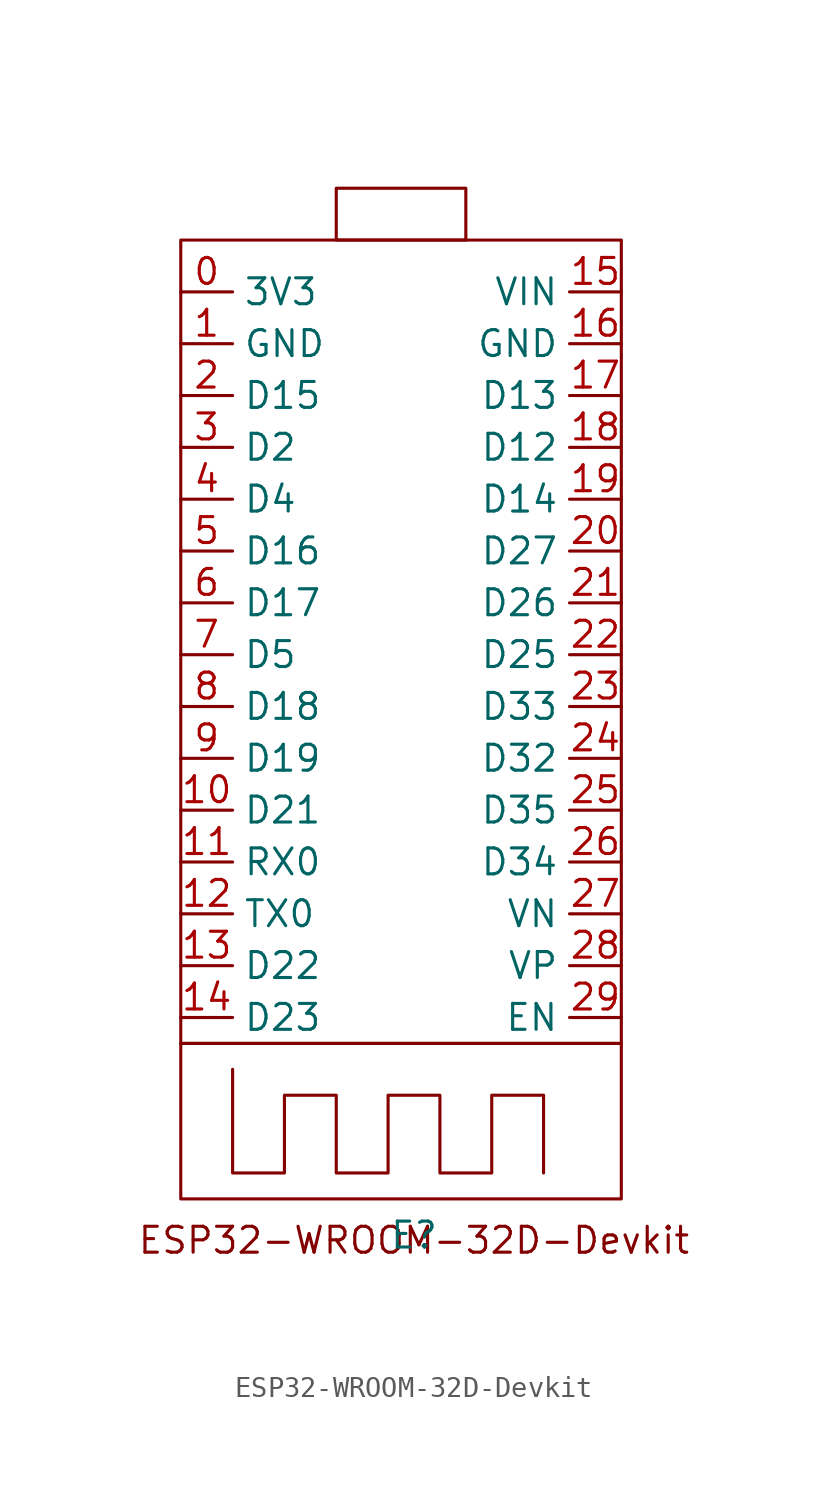
<source format=kicad_sym>
(kicad_symbol_lib
  (version 20241209)
  (generator "kicad_symbol_editor")
  (generator_version "9.0")
  (symbol "ESP32-WROOM-32D-Devkit"
    (property "Reference" "E"
      (at 11.43 -0.508 0)
      (effects (font (size 1.27 1.27))))
    (property "Value" ""
      (at 0 0 0)
      (effects (font (size 1.27 1.27))))
    (symbol "ESP32-WROOM-32D-Devkit_0_1"
      (rectangle (start 0 48.26) (end 21.59 8.89) (stroke (width 0) (type default)) (fill (type none)))
      (rectangle (start 0 8.89) (end 21.59 1.27) (stroke (width 0) (type default)) (fill (type none)))
      (polyline (pts (xy 2.54 7.62) (xy 2.54 2.54) (xy 5.08 2.54) (xy 5.08 6.35) (xy 7.62 6.35) (xy 7.62 2.54) (xy 10.16 2.54) (xy 10.16 6.35) (xy 12.7 6.35) (xy 12.7 2.54) (xy 15.24 2.54) (xy 15.24 6.35) (xy 17.78 6.35) (xy 17.78 2.54)) (stroke (width 0) (type default)) (fill (type none)))
      (rectangle (start 7.62 48.26) (end 13.97 50.8) (stroke (width 0) (type default)) (fill (type none))))
    (symbol "ESP32-WROOM-32D-Devkit_1_1"
      (text "ESP32-WROOM-32D-Devkit" (at 11.43 -0.762 0) (effects (font (size 1.27 1.27))))
      (pin power_out line (at 0 45.72 0) (length 2.54) (name "3V3" (effects (font (size 1.27 1.27)))) (number "0" (effects (font (size 1.27 1.27)))))
      (pin power_in line (at 0 43.18 0) (length 2.54) (name "GND" (effects (font (size 1.27 1.27)))) (number "1" (effects (font (size 1.27 1.27)))))
      (pin bidirectional line (at 0 40.64 0) (length 2.54) (name "D15" (effects (font (size 1.27 1.27)))) (number "2" (effects (font (size 1.27 1.27)))))
      (pin bidirectional line (at 0 38.1 0) (length 2.54) (name "D2" (effects (font (size 1.27 1.27)))) (number "3" (effects (font (size 1.27 1.27)))))
      (pin bidirectional line (at 0 35.56 0) (length 2.54) (name "D4" (effects (font (size 1.27 1.27)))) (number "4" (effects (font (size 1.27 1.27)))))
      (pin bidirectional line (at 0 33.02 0) (length 2.54) (name "D16" (effects (font (size 1.27 1.27)))) (number "5" (effects (font (size 1.27 1.27)))))
      (pin bidirectional line (at 0 30.48 0) (length 2.54) (name "D17" (effects (font (size 1.27 1.27)))) (number "6" (effects (font (size 1.27 1.27)))))
      (pin bidirectional line (at 0 27.94 0) (length 2.54) (name "D5" (effects (font (size 1.27 1.27)))) (number "7" (effects (font (size 1.27 1.27)))))
      (pin bidirectional line (at 0 25.4 0) (length 2.54) (name "D18" (effects (font (size 1.27 1.27)))) (number "8" (effects (font (size 1.27 1.27)))))
      (pin bidirectional line (at 0 22.86 0) (length 2.54) (name "D19" (effects (font (size 1.27 1.27)))) (number "9" (effects (font (size 1.27 1.27)))))
      (pin bidirectional line (at 0 20.32 0) (length 2.54) (name "D21" (effects (font (size 1.27 1.27)))) (number "10" (effects (font (size 1.27 1.27)))))
      (pin bidirectional line (at 0 17.78 0) (length 2.54) (name "RX0" (effects (font (size 1.27 1.27)))) (number "11" (effects (font (size 1.27 1.27)))))
      (pin bidirectional line (at 0 15.24 0) (length 2.54) (name "TX0" (effects (font (size 1.27 1.27)))) (number "12" (effects (font (size 1.27 1.27)))))
      (pin bidirectional line (at 0 12.7 0) (length 2.54) (name "D22" (effects (font (size 1.27 1.27)))) (number "13" (effects (font (size 1.27 1.27)))))
      (pin bidirectional line (at 0 10.16 0) (length 2.54) (name "D23" (effects (font (size 1.27 1.27)))) (number "14" (effects (font (size 1.27 1.27)))))
      (pin power_out line (at 21.59 45.72 180) (length 2.54) (name "VIN" (effects (font (size 1.27 1.27)))) (number "15" (effects (font (size 1.27 1.27)))))
      (pin power_in line (at 21.59 43.18 180) (length 2.54) (name "GND" (effects (font (size 1.27 1.27)))) (number "16" (effects (font (size 1.27 1.27)))))
      (pin bidirectional line (at 21.59 40.64 180) (length 2.54) (name "D13" (effects (font (size 1.27 1.27)))) (number "17" (effects (font (size 1.27 1.27)))))
      (pin bidirectional line (at 21.59 38.1 180) (length 2.54) (name "D12" (effects (font (size 1.27 1.27)))) (number "18" (effects (font (size 1.27 1.27)))))
      (pin bidirectional line (at 21.59 35.56 180) (length 2.54) (name "D14" (effects (font (size 1.27 1.27)))) (number "19" (effects (font (size 1.27 1.27)))))
      (pin bidirectional line (at 21.59 33.02 180) (length 2.54) (name "D27" (effects (font (size 1.27 1.27)))) (number "20" (effects (font (size 1.27 1.27)))))
      (pin bidirectional line (at 21.59 30.48 180) (length 2.54) (name "D26" (effects (font (size 1.27 1.27)))) (number "21" (effects (font (size 1.27 1.27)))))
      (pin bidirectional line (at 21.59 27.94 180) (length 2.54) (name "D25" (effects (font (size 1.27 1.27)))) (number "22" (effects (font (size 1.27 1.27)))))
      (pin bidirectional line (at 21.59 25.4 180) (length 2.54) (name "D33" (effects (font (size 1.27 1.27)))) (number "23" (effects (font (size 1.27 1.27)))))
      (pin bidirectional line (at 21.59 22.86 180) (length 2.54) (name "D32" (effects (font (size 1.27 1.27)))) (number "24" (effects (font (size 1.27 1.27)))))
      (pin bidirectional line (at 21.59 20.32 180) (length 2.54) (name "D35" (effects (font (size 1.27 1.27)))) (number "25" (effects (font (size 1.27 1.27)))))
      (pin bidirectional line (at 21.59 17.78 180) (length 2.54) (name "D34" (effects (font (size 1.27 1.27)))) (number "26" (effects (font (size 1.27 1.27)))))
      (pin bidirectional line (at 21.59 15.24 180) (length 2.54) (name "VN" (effects (font (size 1.27 1.27)))) (number "27" (effects (font (size 1.27 1.27)))))
      (pin bidirectional line (at 21.59 12.7 180) (length 2.54) (name "VP" (effects (font (size 1.27 1.27)))) (number "28" (effects (font (size 1.27 1.27)))))
      (pin bidirectional line (at 21.59 10.16 180) (length 2.54) (name "EN" (effects (font (size 1.27 1.27)))) (number "29" (effects (font (size 1.27 1.27))))))))
</source>
